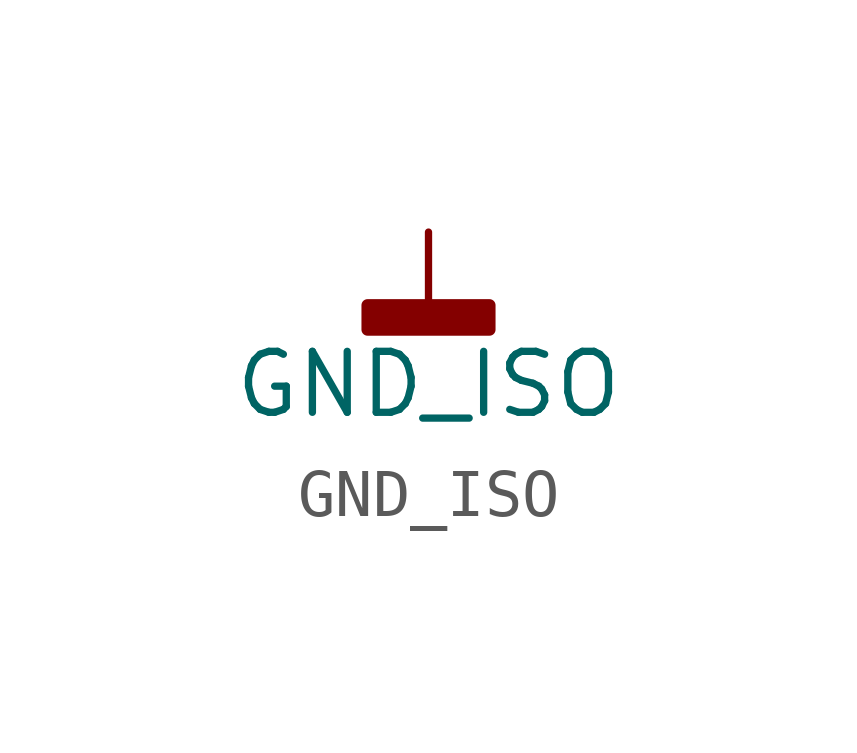
<source format=kicad_sym>
(kicad_symbol_lib
  (version 20220914)
  (generator kicad_symbol_editor)
  (symbol "GND_ISO"
    (power)
    (pin_names
      (offset 0))
    (property "Reference" "#PWR"
      (at 0 -6.35 0)
      (effects (font (size 1.27 1.27)) hide))
    (property "Value" "GND_ISO"
      (at 0 -3.175 0)
      (effects (font (size 1.27 1.27))))
    (symbol "GND_ISO_0_1"
      (rectangle (start -1.27 -1.524) (end 1.27 -2.032) (stroke (width 0.254) (type default)) (fill (type outline)))
      (polyline (pts (xy 0 0) (xy 0 -1.524)) (stroke (width 0) (type default)) (fill (type none))))
    (symbol "GND_ISO_1_1"
      (pin power_in line (at 0 0 270) (length 0) hide (name "GND_ISO" (effects (font (size 1.27 1.27)))) (number "1" (effects (font (size 1.27 1.27))))))))
</source>
